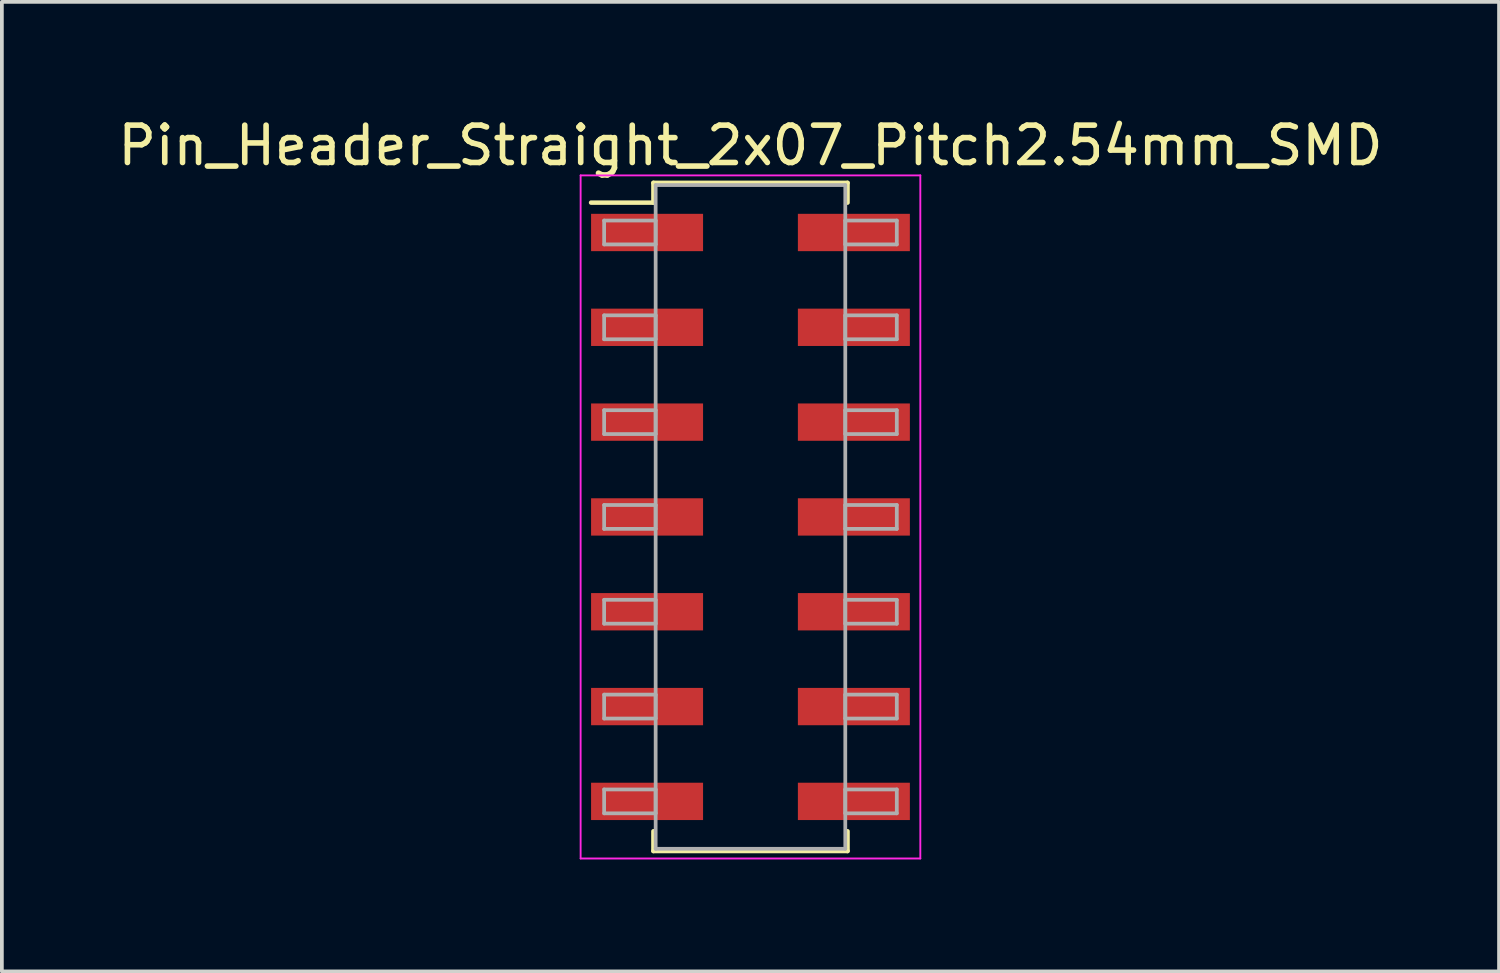
<source format=kicad_pcb>
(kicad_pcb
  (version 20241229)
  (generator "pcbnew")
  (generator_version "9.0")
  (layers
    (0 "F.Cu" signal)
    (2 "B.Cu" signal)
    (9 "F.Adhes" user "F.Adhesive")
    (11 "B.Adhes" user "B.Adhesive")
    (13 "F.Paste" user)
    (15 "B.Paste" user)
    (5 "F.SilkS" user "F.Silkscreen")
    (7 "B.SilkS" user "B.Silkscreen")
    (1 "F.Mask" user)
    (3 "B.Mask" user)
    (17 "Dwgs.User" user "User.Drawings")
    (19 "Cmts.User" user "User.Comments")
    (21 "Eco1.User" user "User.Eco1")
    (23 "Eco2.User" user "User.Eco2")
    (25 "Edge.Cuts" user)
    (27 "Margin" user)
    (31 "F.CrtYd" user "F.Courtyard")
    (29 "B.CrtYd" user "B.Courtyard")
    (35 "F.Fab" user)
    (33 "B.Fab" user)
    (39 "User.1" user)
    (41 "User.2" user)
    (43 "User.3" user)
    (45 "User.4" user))
  (footprint "Pin_Header_Straight_2x07_Pitch2.54mm_SMD"
    (layer "F.Cu")
    (at 17.054 10.798)
    (property "Reference" "Pin_Header_Straight_2x07_Pitch2.54mm_SMD" (at 0 -9.95 0) (layer "F.SilkS") (effects (font (size 1 1) (thickness 0.15))))
    (attr smd)
    (fp_line (start -4.27 -8.42) (end -2.6 -8.42) (stroke (width 0.12) (type solid)) (layer "F.SilkS"))
    (fp_line (start -2.6 -8.95) (end 2.6 -8.95) (stroke (width 0.12) (type solid)) (layer "F.SilkS"))
    (fp_line (start -2.6 -8.42) (end -2.6 -8.95) (stroke (width 0.12) (type solid)) (layer "F.SilkS"))
    (fp_line (start -2.6 8.42) (end -2.6 8.95) (stroke (width 0.12) (type solid)) (layer "F.SilkS"))
    (fp_line (start -2.6 8.95) (end 2.6 8.95) (stroke (width 0.12) (type solid)) (layer "F.SilkS"))
    (fp_line (start 2.6 -8.95) (end 2.6 -8.42) (stroke (width 0.12) (type solid)) (layer "F.SilkS"))
    (fp_line (start 2.6 8.95) (end 2.6 8.42) (stroke (width 0.12) (type solid)) (layer "F.SilkS"))
    (fp_line (start -4.55 -9.15) (end -4.55 9.15) (stroke (width 0.05) (type solid)) (layer "F.CrtYd"))
    (fp_line (start -4.55 9.15) (end 4.55 9.15) (stroke (width 0.05) (type solid)) (layer "F.CrtYd"))
    (fp_line (start 4.55 -9.15) (end -4.55 -9.15) (stroke (width 0.05) (type solid)) (layer "F.CrtYd"))
    (fp_line (start 4.55 9.15) (end 4.55 -9.15) (stroke (width 0.05) (type solid)) (layer "F.CrtYd"))
    (fp_line (start -3.92 -7.94) (end -2.54 -7.94) (stroke (width 0.1) (type solid)) (layer "F.Fab"))
    (fp_line (start -3.92 -7.3) (end -3.92 -7.94) (stroke (width 0.1) (type solid)) (layer "F.Fab"))
    (fp_line (start -3.92 -5.4) (end -2.54 -5.4) (stroke (width 0.1) (type solid)) (layer "F.Fab"))
    (fp_line (start -3.92 -4.76) (end -3.92 -5.4) (stroke (width 0.1) (type solid)) (layer "F.Fab"))
    (fp_line (start -3.92 -2.86) (end -2.54 -2.86) (stroke (width 0.1) (type solid)) (layer "F.Fab"))
    (fp_line (start -3.92 -2.22) (end -3.92 -2.86) (stroke (width 0.1) (type solid)) (layer "F.Fab"))
    (fp_line (start -3.92 -0.32) (end -2.54 -0.32) (stroke (width 0.1) (type solid)) (layer "F.Fab"))
    (fp_line (start -3.92 0.32) (end -3.92 -0.32) (stroke (width 0.1) (type solid)) (layer "F.Fab"))
    (fp_line (start -3.92 2.22) (end -2.54 2.22) (stroke (width 0.1) (type solid)) (layer "F.Fab"))
    (fp_line (start -3.92 2.86) (end -3.92 2.22) (stroke (width 0.1) (type solid)) (layer "F.Fab"))
    (fp_line (start -3.92 4.76) (end -2.54 4.76) (stroke (width 0.1) (type solid)) (layer "F.Fab"))
    (fp_line (start -3.92 5.4) (end -3.92 4.76) (stroke (width 0.1) (type solid)) (layer "F.Fab"))
    (fp_line (start -3.92 7.3) (end -2.54 7.3) (stroke (width 0.1) (type solid)) (layer "F.Fab"))
    (fp_line (start -3.92 7.94) (end -3.92 7.3) (stroke (width 0.1) (type solid)) (layer "F.Fab"))
    (fp_line (start -2.54 -8.89) (end -2.54 8.89) (stroke (width 0.1) (type solid)) (layer "F.Fab"))
    (fp_line (start -2.54 -7.94) (end -2.54 -7.3) (stroke (width 0.1) (type solid)) (layer "F.Fab"))
    (fp_line (start -2.54 -7.3) (end -3.92 -7.3) (stroke (width 0.1) (type solid)) (layer "F.Fab"))
    (fp_line (start -2.54 -5.4) (end -2.54 -4.76) (stroke (width 0.1) (type solid)) (layer "F.Fab"))
    (fp_line (start -2.54 -4.76) (end -3.92 -4.76) (stroke (width 0.1) (type solid)) (layer "F.Fab"))
    (fp_line (start -2.54 -2.86) (end -2.54 -2.22) (stroke (width 0.1) (type solid)) (layer "F.Fab"))
    (fp_line (start -2.54 -2.22) (end -3.92 -2.22) (stroke (width 0.1) (type solid)) (layer "F.Fab"))
    (fp_line (start -2.54 -0.32) (end -2.54 0.32) (stroke (width 0.1) (type solid)) (layer "F.Fab"))
    (fp_line (start -2.54 0.32) (end -3.92 0.32) (stroke (width 0.1) (type solid)) (layer "F.Fab"))
    (fp_line (start -2.54 2.22) (end -2.54 2.86) (stroke (width 0.1) (type solid)) (layer "F.Fab"))
    (fp_line (start -2.54 2.86) (end -3.92 2.86) (stroke (width 0.1) (type solid)) (layer "F.Fab"))
    (fp_line (start -2.54 4.76) (end -2.54 5.4) (stroke (width 0.1) (type solid)) (layer "F.Fab"))
    (fp_line (start -2.54 5.4) (end -3.92 5.4) (stroke (width 0.1) (type solid)) (layer "F.Fab"))
    (fp_line (start -2.54 7.3) (end -2.54 7.94) (stroke (width 0.1) (type solid)) (layer "F.Fab"))
    (fp_line (start -2.54 7.94) (end -3.92 7.94) (stroke (width 0.1) (type solid)) (layer "F.Fab"))
    (fp_line (start -2.54 8.89) (end 2.54 8.89) (stroke (width 0.1) (type solid)) (layer "F.Fab"))
    (fp_line (start 2.54 -8.89) (end -2.54 -8.89) (stroke (width 0.1) (type solid)) (layer "F.Fab"))
    (fp_line (start 2.54 -7.94) (end 2.54 -7.3) (stroke (width 0.1) (type solid)) (layer "F.Fab"))
    (fp_line (start 2.54 -7.3) (end 3.92 -7.3) (stroke (width 0.1) (type solid)) (layer "F.Fab"))
    (fp_line (start 2.54 -5.4) (end 2.54 -4.76) (stroke (width 0.1) (type solid)) (layer "F.Fab"))
    (fp_line (start 2.54 -4.76) (end 3.92 -4.76) (stroke (width 0.1) (type solid)) (layer "F.Fab"))
    (fp_line (start 2.54 -2.86) (end 2.54 -2.22) (stroke (width 0.1) (type solid)) (layer "F.Fab"))
    (fp_line (start 2.54 -2.22) (end 3.92 -2.22) (stroke (width 0.1) (type solid)) (layer "F.Fab"))
    (fp_line (start 2.54 -0.32) (end 2.54 0.32) (stroke (width 0.1) (type solid)) (layer "F.Fab"))
    (fp_line (start 2.54 0.32) (end 3.92 0.32) (stroke (width 0.1) (type solid)) (layer "F.Fab"))
    (fp_line (start 2.54 2.22) (end 2.54 2.86) (stroke (width 0.1) (type solid)) (layer "F.Fab"))
    (fp_line (start 2.54 2.86) (end 3.92 2.86) (stroke (width 0.1) (type solid)) (layer "F.Fab"))
    (fp_line (start 2.54 4.76) (end 2.54 5.4) (stroke (width 0.1) (type solid)) (layer "F.Fab"))
    (fp_line (start 2.54 5.4) (end 3.92 5.4) (stroke (width 0.1) (type solid)) (layer "F.Fab"))
    (fp_line (start 2.54 7.3) (end 2.54 7.94) (stroke (width 0.1) (type solid)) (layer "F.Fab"))
    (fp_line (start 2.54 7.94) (end 3.92 7.94) (stroke (width 0.1) (type solid)) (layer "F.Fab"))
    (fp_line (start 2.54 8.89) (end 2.54 -8.89) (stroke (width 0.1) (type solid)) (layer "F.Fab"))
    (fp_line (start 3.92 -7.94) (end 2.54 -7.94) (stroke (width 0.1) (type solid)) (layer "F.Fab"))
    (fp_line (start 3.92 -7.3) (end 3.92 -7.94) (stroke (width 0.1) (type solid)) (layer "F.Fab"))
    (fp_line (start 3.92 -5.4) (end 2.54 -5.4) (stroke (width 0.1) (type solid)) (layer "F.Fab"))
    (fp_line (start 3.92 -4.76) (end 3.92 -5.4) (stroke (width 0.1) (type solid)) (layer "F.Fab"))
    (fp_line (start 3.92 -2.86) (end 2.54 -2.86) (stroke (width 0.1) (type solid)) (layer "F.Fab"))
    (fp_line (start 3.92 -2.22) (end 3.92 -2.86) (stroke (width 0.1) (type solid)) (layer "F.Fab"))
    (fp_line (start 3.92 -0.32) (end 2.54 -0.32) (stroke (width 0.1) (type solid)) (layer "F.Fab"))
    (fp_line (start 3.92 0.32) (end 3.92 -0.32) (stroke (width 0.1) (type solid)) (layer "F.Fab"))
    (fp_line (start 3.92 2.22) (end 2.54 2.22) (stroke (width 0.1) (type solid)) (layer "F.Fab"))
    (fp_line (start 3.92 2.86) (end 3.92 2.22) (stroke (width 0.1) (type solid)) (layer "F.Fab"))
    (fp_line (start 3.92 4.76) (end 2.54 4.76) (stroke (width 0.1) (type solid)) (layer "F.Fab"))
    (fp_line (start 3.92 5.4) (end 3.92 4.76) (stroke (width 0.1) (type solid)) (layer "F.Fab"))
    (fp_line (start 3.92 7.3) (end 2.54 7.3) (stroke (width 0.1) (type solid)) (layer "F.Fab"))
    (fp_line (start 3.92 7.94) (end 3.92 7.3) (stroke (width 0.1) (type solid)) (layer "F.Fab"))
    (pad "1" smd rect (at -2.77 -7.62) (size 3 1) (layers "F.Cu" "F.Mask"))
    (pad "2" smd rect (at 2.77 -7.62) (size 3 1) (layers "F.Cu" "F.Mask"))
    (pad "3" smd rect (at -2.77 -5.08) (size 3 1) (layers "F.Cu" "F.Mask"))
    (pad "4" smd rect (at 2.77 -5.08) (size 3 1) (layers "F.Cu" "F.Mask"))
    (pad "5" smd rect (at -2.77 -2.54) (size 3 1) (layers "F.Cu" "F.Mask"))
    (pad "6" smd rect (at 2.77 -2.54) (size 3 1) (layers "F.Cu" "F.Mask"))
    (pad "7" smd rect (at -2.77 0) (size 3 1) (layers "F.Cu" "F.Mask"))
    (pad "8" smd rect (at 2.77 0) (size 3 1) (layers "F.Cu" "F.Mask"))
    (pad "9" smd rect (at -2.77 2.54) (size 3 1) (layers "F.Cu" "F.Mask"))
    (pad "10" smd rect (at 2.77 2.54) (size 3 1) (layers "F.Cu" "F.Mask"))
    (pad "11" smd rect (at -2.77 5.08) (size 3 1) (layers "F.Cu" "F.Mask"))
    (pad "12" smd rect (at 2.77 5.08) (size 3 1) (layers "F.Cu" "F.Mask"))
    (pad "13" smd rect (at -2.77 7.62) (size 3 1) (layers "F.Cu" "F.Mask"))
    (pad "14" smd rect (at 2.77 7.62) (size 3 1) (layers "F.Cu" "F.Mask")))
  (gr_rect
    (start -3 -3)
    (end 37.107 22.973)
    (stroke (width 0.1) (type default))
    (fill no)
    (layer "Edge.Cuts")))
</source>
